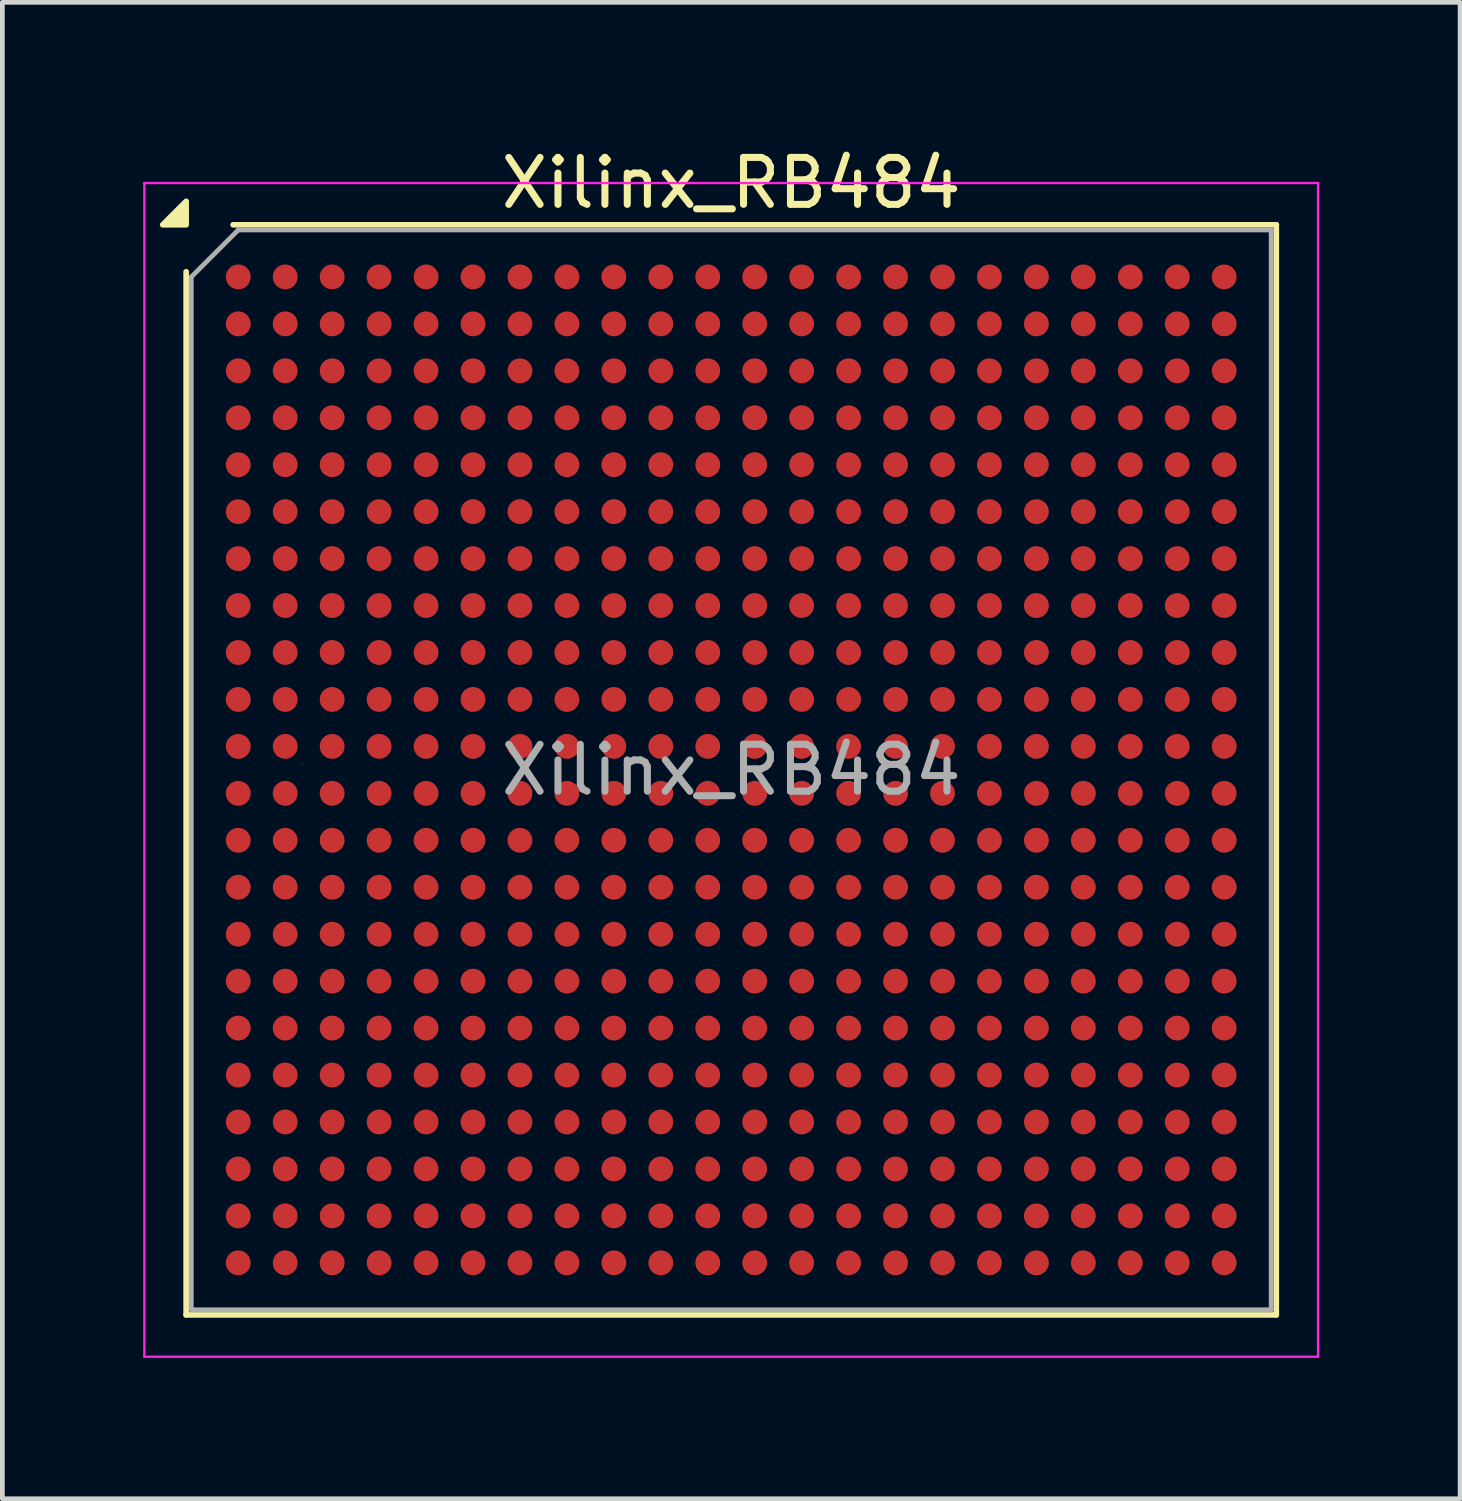
<source format=kicad_pcb>
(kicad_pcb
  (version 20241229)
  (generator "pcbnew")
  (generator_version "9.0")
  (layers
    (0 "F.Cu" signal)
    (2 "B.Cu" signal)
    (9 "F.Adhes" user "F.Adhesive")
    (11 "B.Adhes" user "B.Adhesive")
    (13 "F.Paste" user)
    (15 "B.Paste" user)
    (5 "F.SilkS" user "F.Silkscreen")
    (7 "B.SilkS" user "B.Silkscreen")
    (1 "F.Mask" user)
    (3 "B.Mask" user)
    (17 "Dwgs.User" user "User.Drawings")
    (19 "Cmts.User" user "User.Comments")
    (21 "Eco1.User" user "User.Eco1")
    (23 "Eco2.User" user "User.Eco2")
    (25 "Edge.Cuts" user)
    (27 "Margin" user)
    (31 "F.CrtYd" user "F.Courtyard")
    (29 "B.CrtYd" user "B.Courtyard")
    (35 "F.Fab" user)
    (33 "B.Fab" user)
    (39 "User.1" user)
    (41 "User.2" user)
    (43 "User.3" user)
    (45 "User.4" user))
  (footprint "Xilinx_RB484"
    (layer "F.Cu")
    (at 12.525 13.348)
    (property "Reference" "Xilinx_RB484" (at 0 -12.5 0) (layer "F.SilkS") (effects (font (size 1 1) (thickness 0.15))))
    (attr smd)
    (fp_line (start -11.61 11.61) (end -11.61 -10.61) (stroke (width 0.12) (type solid)) (layer "F.SilkS"))
    (fp_line (start -10.61 -11.61) (end 11.61 -11.61) (stroke (width 0.12) (type solid)) (layer "F.SilkS"))
    (fp_line (start 11.61 -11.61) (end 11.61 11.61) (stroke (width 0.12) (type solid)) (layer "F.SilkS"))
    (fp_line (start 11.61 11.61) (end -11.61 11.61) (stroke (width 0.12) (type solid)) (layer "F.SilkS"))
    (fp_poly (pts (xy -11.61 -11.61) (xy -12.11 -11.61) (xy -11.61 -12.11) (xy -11.61 -11.61)) (stroke (width 0.12) (type solid)) (fill yes) (layer "F.SilkS"))
    (fp_line (start -12.5 -12.5) (end -12.5 12.5) (stroke (width 0.05) (type solid)) (layer "F.CrtYd"))
    (fp_line (start -12.5 12.5) (end 12.5 12.5) (stroke (width 0.05) (type solid)) (layer "F.CrtYd"))
    (fp_line (start 12.5 -12.5) (end -12.5 -12.5) (stroke (width 0.05) (type solid)) (layer "F.CrtYd"))
    (fp_line (start 12.5 12.5) (end 12.5 -12.5) (stroke (width 0.05) (type solid)) (layer "F.CrtYd"))
    (fp_line (start -11.5 -10.5) (end -10.5 -11.5) (stroke (width 0.1) (type solid)) (layer "F.Fab"))
    (fp_line (start -11.5 11.5) (end -11.5 -10.5) (stroke (width 0.1) (type solid)) (layer "F.Fab"))
    (fp_line (start -10.5 -11.5) (end 11.5 -11.5) (stroke (width 0.1) (type solid)) (layer "F.Fab"))
    (fp_line (start 11.5 -11.5) (end 11.5 11.5) (stroke (width 0.1) (type solid)) (layer "F.Fab"))
    (fp_line (start 11.5 11.5) (end -11.5 11.5) (stroke (width 0.1) (type solid)) (layer "F.Fab"))
    (fp_text user "${REFERENCE}" (at 0 0 0) (layer "F.Fab") (effects (font (size 1 1) (thickness 0.15))))
    (pad "A1" smd circle (at -10.5 -10.5) (size 0.53 0.53) (property pad_prop_bga) (layers "F.Cu" "F.Mask" "F.Paste"))
    (pad "A2" smd circle (at -9.5 -10.5) (size 0.53 0.53) (property pad_prop_bga) (layers "F.Cu" "F.Mask" "F.Paste"))
    (pad "A3" smd circle (at -8.5 -10.5) (size 0.53 0.53) (property pad_prop_bga) (layers "F.Cu" "F.Mask" "F.Paste"))
    (pad "A4" smd circle (at -7.5 -10.5) (size 0.53 0.53) (property pad_prop_bga) (layers "F.Cu" "F.Mask" "F.Paste"))
    (pad "A5" smd circle (at -6.5 -10.5) (size 0.53 0.53) (property pad_prop_bga) (layers "F.Cu" "F.Mask" "F.Paste"))
    (pad "A6" smd circle (at -5.5 -10.5) (size 0.53 0.53) (property pad_prop_bga) (layers "F.Cu" "F.Mask" "F.Paste"))
    (pad "A7" smd circle (at -4.5 -10.5) (size 0.53 0.53) (property pad_prop_bga) (layers "F.Cu" "F.Mask" "F.Paste"))
    (pad "A8" smd circle (at -3.5 -10.5) (size 0.53 0.53) (property pad_prop_bga) (layers "F.Cu" "F.Mask" "F.Paste"))
    (pad "A9" smd circle (at -2.5 -10.5) (size 0.53 0.53) (property pad_prop_bga) (layers "F.Cu" "F.Mask" "F.Paste"))
    (pad "A10" smd circle (at -1.5 -10.5) (size 0.53 0.53) (property pad_prop_bga) (layers "F.Cu" "F.Mask" "F.Paste"))
    (pad "A11" smd circle (at -0.5 -10.5) (size 0.53 0.53) (property pad_prop_bga) (layers "F.Cu" "F.Mask" "F.Paste"))
    (pad "A12" smd circle (at 0.5 -10.5) (size 0.53 0.53) (property pad_prop_bga) (layers "F.Cu" "F.Mask" "F.Paste"))
    (pad "A13" smd circle (at 1.5 -10.5) (size 0.53 0.53) (property pad_prop_bga) (layers "F.Cu" "F.Mask" "F.Paste"))
    (pad "A14" smd circle (at 2.5 -10.5) (size 0.53 0.53) (property pad_prop_bga) (layers "F.Cu" "F.Mask" "F.Paste"))
    (pad "A15" smd circle (at 3.5 -10.5) (size 0.53 0.53) (property pad_prop_bga) (layers "F.Cu" "F.Mask" "F.Paste"))
    (pad "A16" smd circle (at 4.5 -10.5) (size 0.53 0.53) (property pad_prop_bga) (layers "F.Cu" "F.Mask" "F.Paste"))
    (pad "A17" smd circle (at 5.5 -10.5) (size 0.53 0.53) (property pad_prop_bga) (layers "F.Cu" "F.Mask" "F.Paste"))
    (pad "A18" smd circle (at 6.5 -10.5) (size 0.53 0.53) (property pad_prop_bga) (layers "F.Cu" "F.Mask" "F.Paste"))
    (pad "A19" smd circle (at 7.5 -10.5) (size 0.53 0.53) (property pad_prop_bga) (layers "F.Cu" "F.Mask" "F.Paste"))
    (pad "A20" smd circle (at 8.5 -10.5) (size 0.53 0.53) (property pad_prop_bga) (layers "F.Cu" "F.Mask" "F.Paste"))
    (pad "A21" smd circle (at 9.5 -10.5) (size 0.53 0.53) (property pad_prop_bga) (layers "F.Cu" "F.Mask" "F.Paste"))
    (pad "A22" smd circle (at 10.5 -10.5) (size 0.53 0.53) (property pad_prop_bga) (layers "F.Cu" "F.Mask" "F.Paste"))
    (pad "AA1" smd circle (at -10.5 9.5) (size 0.53 0.53) (property pad_prop_bga) (layers "F.Cu" "F.Mask" "F.Paste"))
    (pad "AA2" smd circle (at -9.5 9.5) (size 0.53 0.53) (property pad_prop_bga) (layers "F.Cu" "F.Mask" "F.Paste"))
    (pad "AA3" smd circle (at -8.5 9.5) (size 0.53 0.53) (property pad_prop_bga) (layers "F.Cu" "F.Mask" "F.Paste"))
    (pad "AA4" smd circle (at -7.5 9.5) (size 0.53 0.53) (property pad_prop_bga) (layers "F.Cu" "F.Mask" "F.Paste"))
    (pad "AA5" smd circle (at -6.5 9.5) (size 0.53 0.53) (property pad_prop_bga) (layers "F.Cu" "F.Mask" "F.Paste"))
    (pad "AA6" smd circle (at -5.5 9.5) (size 0.53 0.53) (property pad_prop_bga) (layers "F.Cu" "F.Mask" "F.Paste"))
    (pad "AA7" smd circle (at -4.5 9.5) (size 0.53 0.53) (property pad_prop_bga) (layers "F.Cu" "F.Mask" "F.Paste"))
    (pad "AA8" smd circle (at -3.5 9.5) (size 0.53 0.53) (property pad_prop_bga) (layers "F.Cu" "F.Mask" "F.Paste"))
    (pad "AA9" smd circle (at -2.5 9.5) (size 0.53 0.53) (property pad_prop_bga) (layers "F.Cu" "F.Mask" "F.Paste"))
    (pad "AA10" smd circle (at -1.5 9.5) (size 0.53 0.53) (property pad_prop_bga) (layers "F.Cu" "F.Mask" "F.Paste"))
    (pad "AA11" smd circle (at -0.5 9.5) (size 0.53 0.53) (property pad_prop_bga) (layers "F.Cu" "F.Mask" "F.Paste"))
    (pad "AA12" smd circle (at 0.5 9.5) (size 0.53 0.53) (property pad_prop_bga) (layers "F.Cu" "F.Mask" "F.Paste"))
    (pad "AA13" smd circle (at 1.5 9.5) (size 0.53 0.53) (property pad_prop_bga) (layers "F.Cu" "F.Mask" "F.Paste"))
    (pad "AA14" smd circle (at 2.5 9.5) (size 0.53 0.53) (property pad_prop_bga) (layers "F.Cu" "F.Mask" "F.Paste"))
    (pad "AA15" smd circle (at 3.5 9.5) (size 0.53 0.53) (property pad_prop_bga) (layers "F.Cu" "F.Mask" "F.Paste"))
    (pad "AA16" smd circle (at 4.5 9.5) (size 0.53 0.53) (property pad_prop_bga) (layers "F.Cu" "F.Mask" "F.Paste"))
    (pad "AA17" smd circle (at 5.5 9.5) (size 0.53 0.53) (property pad_prop_bga) (layers "F.Cu" "F.Mask" "F.Paste"))
    (pad "AA18" smd circle (at 6.5 9.5) (size 0.53 0.53) (property pad_prop_bga) (layers "F.Cu" "F.Mask" "F.Paste"))
    (pad "AA19" smd circle (at 7.5 9.5) (size 0.53 0.53) (property pad_prop_bga) (layers "F.Cu" "F.Mask" "F.Paste"))
    (pad "AA20" smd circle (at 8.5 9.5) (size 0.53 0.53) (property pad_prop_bga) (layers "F.Cu" "F.Mask" "F.Paste"))
    (pad "AA21" smd circle (at 9.5 9.5) (size 0.53 0.53) (property pad_prop_bga) (layers "F.Cu" "F.Mask" "F.Paste"))
    (pad "AA22" smd circle (at 10.5 9.5) (size 0.53 0.53) (property pad_prop_bga) (layers "F.Cu" "F.Mask" "F.Paste"))
    (pad "AB1" smd circle (at -10.5 10.5) (size 0.53 0.53) (property pad_prop_bga) (layers "F.Cu" "F.Mask" "F.Paste"))
    (pad "AB2" smd circle (at -9.5 10.5) (size 0.53 0.53) (property pad_prop_bga) (layers "F.Cu" "F.Mask" "F.Paste"))
    (pad "AB3" smd circle (at -8.5 10.5) (size 0.53 0.53) (property pad_prop_bga) (layers "F.Cu" "F.Mask" "F.Paste"))
    (pad "AB4" smd circle (at -7.5 10.5) (size 0.53 0.53) (property pad_prop_bga) (layers "F.Cu" "F.Mask" "F.Paste"))
    (pad "AB5" smd circle (at -6.5 10.5) (size 0.53 0.53) (property pad_prop_bga) (layers "F.Cu" "F.Mask" "F.Paste"))
    (pad "AB6" smd circle (at -5.5 10.5) (size 0.53 0.53) (property pad_prop_bga) (layers "F.Cu" "F.Mask" "F.Paste"))
    (pad "AB7" smd circle (at -4.5 10.5) (size 0.53 0.53) (property pad_prop_bga) (layers "F.Cu" "F.Mask" "F.Paste"))
    (pad "AB8" smd circle (at -3.5 10.5) (size 0.53 0.53) (property pad_prop_bga) (layers "F.Cu" "F.Mask" "F.Paste"))
    (pad "AB9" smd circle (at -2.5 10.5) (size 0.53 0.53) (property pad_prop_bga) (layers "F.Cu" "F.Mask" "F.Paste"))
    (pad "AB10" smd circle (at -1.5 10.5) (size 0.53 0.53) (property pad_prop_bga) (layers "F.Cu" "F.Mask" "F.Paste"))
    (pad "AB11" smd circle (at -0.5 10.5) (size 0.53 0.53) (property pad_prop_bga) (layers "F.Cu" "F.Mask" "F.Paste"))
    (pad "AB12" smd circle (at 0.5 10.5) (size 0.53 0.53) (property pad_prop_bga) (layers "F.Cu" "F.Mask" "F.Paste"))
    (pad "AB13" smd circle (at 1.5 10.5) (size 0.53 0.53) (property pad_prop_bga) (layers "F.Cu" "F.Mask" "F.Paste"))
    (pad "AB14" smd circle (at 2.5 10.5) (size 0.53 0.53) (property pad_prop_bga) (layers "F.Cu" "F.Mask" "F.Paste"))
    (pad "AB15" smd circle (at 3.5 10.5) (size 0.53 0.53) (property pad_prop_bga) (layers "F.Cu" "F.Mask" "F.Paste"))
    (pad "AB16" smd circle (at 4.5 10.5) (size 0.53 0.53) (property pad_prop_bga) (layers "F.Cu" "F.Mask" "F.Paste"))
    (pad "AB17" smd circle (at 5.5 10.5) (size 0.53 0.53) (property pad_prop_bga) (layers "F.Cu" "F.Mask" "F.Paste"))
    (pad "AB18" smd circle (at 6.5 10.5) (size 0.53 0.53) (property pad_prop_bga) (layers "F.Cu" "F.Mask" "F.Paste"))
    (pad "AB19" smd circle (at 7.5 10.5) (size 0.53 0.53) (property pad_prop_bga) (layers "F.Cu" "F.Mask" "F.Paste"))
    (pad "AB20" smd circle (at 8.5 10.5) (size 0.53 0.53) (property pad_prop_bga) (layers "F.Cu" "F.Mask" "F.Paste"))
    (pad "AB21" smd circle (at 9.5 10.5) (size 0.53 0.53) (property pad_prop_bga) (layers "F.Cu" "F.Mask" "F.Paste"))
    (pad "AB22" smd circle (at 10.5 10.5) (size 0.53 0.53) (property pad_prop_bga) (layers "F.Cu" "F.Mask" "F.Paste"))
    (pad "B1" smd circle (at -10.5 -9.5) (size 0.53 0.53) (property pad_prop_bga) (layers "F.Cu" "F.Mask" "F.Paste"))
    (pad "B2" smd circle (at -9.5 -9.5) (size 0.53 0.53) (property pad_prop_bga) (layers "F.Cu" "F.Mask" "F.Paste"))
    (pad "B3" smd circle (at -8.5 -9.5) (size 0.53 0.53) (property pad_prop_bga) (layers "F.Cu" "F.Mask" "F.Paste"))
    (pad "B4" smd circle (at -7.5 -9.5) (size 0.53 0.53) (property pad_prop_bga) (layers "F.Cu" "F.Mask" "F.Paste"))
    (pad "B5" smd circle (at -6.5 -9.5) (size 0.53 0.53) (property pad_prop_bga) (layers "F.Cu" "F.Mask" "F.Paste"))
    (pad "B6" smd circle (at -5.5 -9.5) (size 0.53 0.53) (property pad_prop_bga) (layers "F.Cu" "F.Mask" "F.Paste"))
    (pad "B7" smd circle (at -4.5 -9.5) (size 0.53 0.53) (property pad_prop_bga) (layers "F.Cu" "F.Mask" "F.Paste"))
    (pad "B8" smd circle (at -3.5 -9.5) (size 0.53 0.53) (property pad_prop_bga) (layers "F.Cu" "F.Mask" "F.Paste"))
    (pad "B9" smd circle (at -2.5 -9.5) (size 0.53 0.53) (property pad_prop_bga) (layers "F.Cu" "F.Mask" "F.Paste"))
    (pad "B10" smd circle (at -1.5 -9.5) (size 0.53 0.53) (property pad_prop_bga) (layers "F.Cu" "F.Mask" "F.Paste"))
    (pad "B11" smd circle (at -0.5 -9.5) (size 0.53 0.53) (property pad_prop_bga) (layers "F.Cu" "F.Mask" "F.Paste"))
    (pad "B12" smd circle (at 0.5 -9.5) (size 0.53 0.53) (property pad_prop_bga) (layers "F.Cu" "F.Mask" "F.Paste"))
    (pad "B13" smd circle (at 1.5 -9.5) (size 0.53 0.53) (property pad_prop_bga) (layers "F.Cu" "F.Mask" "F.Paste"))
    (pad "B14" smd circle (at 2.5 -9.5) (size 0.53 0.53) (property pad_prop_bga) (layers "F.Cu" "F.Mask" "F.Paste"))
    (pad "B15" smd circle (at 3.5 -9.5) (size 0.53 0.53) (property pad_prop_bga) (layers "F.Cu" "F.Mask" "F.Paste"))
    (pad "B16" smd circle (at 4.5 -9.5) (size 0.53 0.53) (property pad_prop_bga) (layers "F.Cu" "F.Mask" "F.Paste"))
    (pad "B17" smd circle (at 5.5 -9.5) (size 0.53 0.53) (property pad_prop_bga) (layers "F.Cu" "F.Mask" "F.Paste"))
    (pad "B18" smd circle (at 6.5 -9.5) (size 0.53 0.53) (property pad_prop_bga) (layers "F.Cu" "F.Mask" "F.Paste"))
    (pad "B19" smd circle (at 7.5 -9.5) (size 0.53 0.53) (property pad_prop_bga) (layers "F.Cu" "F.Mask" "F.Paste"))
    (pad "B20" smd circle (at 8.5 -9.5) (size 0.53 0.53) (property pad_prop_bga) (layers "F.Cu" "F.Mask" "F.Paste"))
    (pad "B21" smd circle (at 9.5 -9.5) (size 0.53 0.53) (property pad_prop_bga) (layers "F.Cu" "F.Mask" "F.Paste"))
    (pad "B22" smd circle (at 10.5 -9.5) (size 0.53 0.53) (property pad_prop_bga) (layers "F.Cu" "F.Mask" "F.Paste"))
    (pad "C1" smd circle (at -10.5 -8.5) (size 0.53 0.53) (property pad_prop_bga) (layers "F.Cu" "F.Mask" "F.Paste"))
    (pad "C2" smd circle (at -9.5 -8.5) (size 0.53 0.53) (property pad_prop_bga) (layers "F.Cu" "F.Mask" "F.Paste"))
    (pad "C3" smd circle (at -8.5 -8.5) (size 0.53 0.53) (property pad_prop_bga) (layers "F.Cu" "F.Mask" "F.Paste"))
    (pad "C4" smd circle (at -7.5 -8.5) (size 0.53 0.53) (property pad_prop_bga) (layers "F.Cu" "F.Mask" "F.Paste"))
    (pad "C5" smd circle (at -6.5 -8.5) (size 0.53 0.53) (property pad_prop_bga) (layers "F.Cu" "F.Mask" "F.Paste"))
    (pad "C6" smd circle (at -5.5 -8.5) (size 0.53 0.53) (property pad_prop_bga) (layers "F.Cu" "F.Mask" "F.Paste"))
    (pad "C7" smd circle (at -4.5 -8.5) (size 0.53 0.53) (property pad_prop_bga) (layers "F.Cu" "F.Mask" "F.Paste"))
    (pad "C8" smd circle (at -3.5 -8.5) (size 0.53 0.53) (property pad_prop_bga) (layers "F.Cu" "F.Mask" "F.Paste"))
    (pad "C9" smd circle (at -2.5 -8.5) (size 0.53 0.53) (property pad_prop_bga) (layers "F.Cu" "F.Mask" "F.Paste"))
    (pad "C10" smd circle (at -1.5 -8.5) (size 0.53 0.53) (property pad_prop_bga) (layers "F.Cu" "F.Mask" "F.Paste"))
    (pad "C11" smd circle (at -0.5 -8.5) (size 0.53 0.53) (property pad_prop_bga) (layers "F.Cu" "F.Mask" "F.Paste"))
    (pad "C12" smd circle (at 0.5 -8.5) (size 0.53 0.53) (property pad_prop_bga) (layers "F.Cu" "F.Mask" "F.Paste"))
    (pad "C13" smd circle (at 1.5 -8.5) (size 0.53 0.53) (property pad_prop_bga) (layers "F.Cu" "F.Mask" "F.Paste"))
    (pad "C14" smd circle (at 2.5 -8.5) (size 0.53 0.53) (property pad_prop_bga) (layers "F.Cu" "F.Mask" "F.Paste"))
    (pad "C15" smd circle (at 3.5 -8.5) (size 0.53 0.53) (property pad_prop_bga) (layers "F.Cu" "F.Mask" "F.Paste"))
    (pad "C16" smd circle (at 4.5 -8.5) (size 0.53 0.53) (property pad_prop_bga) (layers "F.Cu" "F.Mask" "F.Paste"))
    (pad "C17" smd circle (at 5.5 -8.5) (size 0.53 0.53) (property pad_prop_bga) (layers "F.Cu" "F.Mask" "F.Paste"))
    (pad "C18" smd circle (at 6.5 -8.5) (size 0.53 0.53) (property pad_prop_bga) (layers "F.Cu" "F.Mask" "F.Paste"))
    (pad "C19" smd circle (at 7.5 -8.5) (size 0.53 0.53) (property pad_prop_bga) (layers "F.Cu" "F.Mask" "F.Paste"))
    (pad "C20" smd circle (at 8.5 -8.5) (size 0.53 0.53) (property pad_prop_bga) (layers "F.Cu" "F.Mask" "F.Paste"))
    (pad "C21" smd circle (at 9.5 -8.5) (size 0.53 0.53) (property pad_prop_bga) (layers "F.Cu" "F.Mask" "F.Paste"))
    (pad "C22" smd circle (at 10.5 -8.5) (size 0.53 0.53) (property pad_prop_bga) (layers "F.Cu" "F.Mask" "F.Paste"))
    (pad "D1" smd circle (at -10.5 -7.5) (size 0.53 0.53) (property pad_prop_bga) (layers "F.Cu" "F.Mask" "F.Paste"))
    (pad "D2" smd circle (at -9.5 -7.5) (size 0.53 0.53) (property pad_prop_bga) (layers "F.Cu" "F.Mask" "F.Paste"))
    (pad "D3" smd circle (at -8.5 -7.5) (size 0.53 0.53) (property pad_prop_bga) (layers "F.Cu" "F.Mask" "F.Paste"))
    (pad "D4" smd circle (at -7.5 -7.5) (size 0.53 0.53) (property pad_prop_bga) (layers "F.Cu" "F.Mask" "F.Paste"))
    (pad "D5" smd circle (at -6.5 -7.5) (size 0.53 0.53) (property pad_prop_bga) (layers "F.Cu" "F.Mask" "F.Paste"))
    (pad "D6" smd circle (at -5.5 -7.5) (size 0.53 0.53) (property pad_prop_bga) (layers "F.Cu" "F.Mask" "F.Paste"))
    (pad "D7" smd circle (at -4.5 -7.5) (size 0.53 0.53) (property pad_prop_bga) (layers "F.Cu" "F.Mask" "F.Paste"))
    (pad "D8" smd circle (at -3.5 -7.5) (size 0.53 0.53) (property pad_prop_bga) (layers "F.Cu" "F.Mask" "F.Paste"))
    (pad "D9" smd circle (at -2.5 -7.5) (size 0.53 0.53) (property pad_prop_bga) (layers "F.Cu" "F.Mask" "F.Paste"))
    (pad "D10" smd circle (at -1.5 -7.5) (size 0.53 0.53) (property pad_prop_bga) (layers "F.Cu" "F.Mask" "F.Paste"))
    (pad "D11" smd circle (at -0.5 -7.5) (size 0.53 0.53) (property pad_prop_bga) (layers "F.Cu" "F.Mask" "F.Paste"))
    (pad "D12" smd circle (at 0.5 -7.5) (size 0.53 0.53) (property pad_prop_bga) (layers "F.Cu" "F.Mask" "F.Paste"))
    (pad "D13" smd circle (at 1.5 -7.5) (size 0.53 0.53) (property pad_prop_bga) (layers "F.Cu" "F.Mask" "F.Paste"))
    (pad "D14" smd circle (at 2.5 -7.5) (size 0.53 0.53) (property pad_prop_bga) (layers "F.Cu" "F.Mask" "F.Paste"))
    (pad "D15" smd circle (at 3.5 -7.5) (size 0.53 0.53) (property pad_prop_bga) (layers "F.Cu" "F.Mask" "F.Paste"))
    (pad "D16" smd circle (at 4.5 -7.5) (size 0.53 0.53) (property pad_prop_bga) (layers "F.Cu" "F.Mask" "F.Paste"))
    (pad "D17" smd circle (at 5.5 -7.5) (size 0.53 0.53) (property pad_prop_bga) (layers "F.Cu" "F.Mask" "F.Paste"))
    (pad "D18" smd circle (at 6.5 -7.5) (size 0.53 0.53) (property pad_prop_bga) (layers "F.Cu" "F.Mask" "F.Paste"))
    (pad "D19" smd circle (at 7.5 -7.5) (size 0.53 0.53) (property pad_prop_bga) (layers "F.Cu" "F.Mask" "F.Paste"))
    (pad "D20" smd circle (at 8.5 -7.5) (size 0.53 0.53) (property pad_prop_bga) (layers "F.Cu" "F.Mask" "F.Paste"))
    (pad "D21" smd circle (at 9.5 -7.5) (size 0.53 0.53) (property pad_prop_bga) (layers "F.Cu" "F.Mask" "F.Paste"))
    (pad "D22" smd circle (at 10.5 -7.5) (size 0.53 0.53) (property pad_prop_bga) (layers "F.Cu" "F.Mask" "F.Paste"))
    (pad "E1" smd circle (at -10.5 -6.5) (size 0.53 0.53) (property pad_prop_bga) (layers "F.Cu" "F.Mask" "F.Paste"))
    (pad "E2" smd circle (at -9.5 -6.5) (size 0.53 0.53) (property pad_prop_bga) (layers "F.Cu" "F.Mask" "F.Paste"))
    (pad "E3" smd circle (at -8.5 -6.5) (size 0.53 0.53) (property pad_prop_bga) (layers "F.Cu" "F.Mask" "F.Paste"))
    (pad "E4" smd circle (at -7.5 -6.5) (size 0.53 0.53) (property pad_prop_bga) (layers "F.Cu" "F.Mask" "F.Paste"))
    (pad "E5" smd circle (at -6.5 -6.5) (size 0.53 0.53) (property pad_prop_bga) (layers "F.Cu" "F.Mask" "F.Paste"))
    (pad "E6" smd circle (at -5.5 -6.5) (size 0.53 0.53) (property pad_prop_bga) (layers "F.Cu" "F.Mask" "F.Paste"))
    (pad "E7" smd circle (at -4.5 -6.5) (size 0.53 0.53) (property pad_prop_bga) (layers "F.Cu" "F.Mask" "F.Paste"))
    (pad "E8" smd circle (at -3.5 -6.5) (size 0.53 0.53) (property pad_prop_bga) (layers "F.Cu" "F.Mask" "F.Paste"))
    (pad "E9" smd circle (at -2.5 -6.5) (size 0.53 0.53) (property pad_prop_bga) (layers "F.Cu" "F.Mask" "F.Paste"))
    (pad "E10" smd circle (at -1.5 -6.5) (size 0.53 0.53) (property pad_prop_bga) (layers "F.Cu" "F.Mask" "F.Paste"))
    (pad "E11" smd circle (at -0.5 -6.5) (size 0.53 0.53) (property pad_prop_bga) (layers "F.Cu" "F.Mask" "F.Paste"))
    (pad "E12" smd circle (at 0.5 -6.5) (size 0.53 0.53) (property pad_prop_bga) (layers "F.Cu" "F.Mask" "F.Paste"))
    (pad "E13" smd circle (at 1.5 -6.5) (size 0.53 0.53) (property pad_prop_bga) (layers "F.Cu" "F.Mask" "F.Paste"))
    (pad "E14" smd circle (at 2.5 -6.5) (size 0.53 0.53) (property pad_prop_bga) (layers "F.Cu" "F.Mask" "F.Paste"))
    (pad "E15" smd circle (at 3.5 -6.5) (size 0.53 0.53) (property pad_prop_bga) (layers "F.Cu" "F.Mask" "F.Paste"))
    (pad "E16" smd circle (at 4.5 -6.5) (size 0.53 0.53) (property pad_prop_bga) (layers "F.Cu" "F.Mask" "F.Paste"))
    (pad "E17" smd circle (at 5.5 -6.5) (size 0.53 0.53) (property pad_prop_bga) (layers "F.Cu" "F.Mask" "F.Paste"))
    (pad "E18" smd circle (at 6.5 -6.5) (size 0.53 0.53) (property pad_prop_bga) (layers "F.Cu" "F.Mask" "F.Paste"))
    (pad "E19" smd circle (at 7.5 -6.5) (size 0.53 0.53) (property pad_prop_bga) (layers "F.Cu" "F.Mask" "F.Paste"))
    (pad "E20" smd circle (at 8.5 -6.5) (size 0.53 0.53) (property pad_prop_bga) (layers "F.Cu" "F.Mask" "F.Paste"))
    (pad "E21" smd circle (at 9.5 -6.5) (size 0.53 0.53) (property pad_prop_bga) (layers "F.Cu" "F.Mask" "F.Paste"))
    (pad "E22" smd circle (at 10.5 -6.5) (size 0.53 0.53) (property pad_prop_bga) (layers "F.Cu" "F.Mask" "F.Paste"))
    (pad "F1" smd circle (at -10.5 -5.5) (size 0.53 0.53) (property pad_prop_bga) (layers "F.Cu" "F.Mask" "F.Paste"))
    (pad "F2" smd circle (at -9.5 -5.5) (size 0.53 0.53) (property pad_prop_bga) (layers "F.Cu" "F.Mask" "F.Paste"))
    (pad "F3" smd circle (at -8.5 -5.5) (size 0.53 0.53) (property pad_prop_bga) (layers "F.Cu" "F.Mask" "F.Paste"))
    (pad "F4" smd circle (at -7.5 -5.5) (size 0.53 0.53) (property pad_prop_bga) (layers "F.Cu" "F.Mask" "F.Paste"))
    (pad "F5" smd circle (at -6.5 -5.5) (size 0.53 0.53) (property pad_prop_bga) (layers "F.Cu" "F.Mask" "F.Paste"))
    (pad "F6" smd circle (at -5.5 -5.5) (size 0.53 0.53) (property pad_prop_bga) (layers "F.Cu" "F.Mask" "F.Paste"))
    (pad "F7" smd circle (at -4.5 -5.5) (size 0.53 0.53) (property pad_prop_bga) (layers "F.Cu" "F.Mask" "F.Paste"))
    (pad "F8" smd circle (at -3.5 -5.5) (size 0.53 0.53) (property pad_prop_bga) (layers "F.Cu" "F.Mask" "F.Paste"))
    (pad "F9" smd circle (at -2.5 -5.5) (size 0.53 0.53) (property pad_prop_bga) (layers "F.Cu" "F.Mask" "F.Paste"))
    (pad "F10" smd circle (at -1.5 -5.5) (size 0.53 0.53) (property pad_prop_bga) (layers "F.Cu" "F.Mask" "F.Paste"))
    (pad "F11" smd circle (at -0.5 -5.5) (size 0.53 0.53) (property pad_prop_bga) (layers "F.Cu" "F.Mask" "F.Paste"))
    (pad "F12" smd circle (at 0.5 -5.5) (size 0.53 0.53) (property pad_prop_bga) (layers "F.Cu" "F.Mask" "F.Paste"))
    (pad "F13" smd circle (at 1.5 -5.5) (size 0.53 0.53) (property pad_prop_bga) (layers "F.Cu" "F.Mask" "F.Paste"))
    (pad "F14" smd circle (at 2.5 -5.5) (size 0.53 0.53) (property pad_prop_bga) (layers "F.Cu" "F.Mask" "F.Paste"))
    (pad "F15" smd circle (at 3.5 -5.5) (size 0.53 0.53) (property pad_prop_bga) (layers "F.Cu" "F.Mask" "F.Paste"))
    (pad "F16" smd circle (at 4.5 -5.5) (size 0.53 0.53) (property pad_prop_bga) (layers "F.Cu" "F.Mask" "F.Paste"))
    (pad "F17" smd circle (at 5.5 -5.5) (size 0.53 0.53) (property pad_prop_bga) (layers "F.Cu" "F.Mask" "F.Paste"))
    (pad "F18" smd circle (at 6.5 -5.5) (size 0.53 0.53) (property pad_prop_bga) (layers "F.Cu" "F.Mask" "F.Paste"))
    (pad "F19" smd circle (at 7.5 -5.5) (size 0.53 0.53) (property pad_prop_bga) (layers "F.Cu" "F.Mask" "F.Paste"))
    (pad "F20" smd circle (at 8.5 -5.5) (size 0.53 0.53) (property pad_prop_bga) (layers "F.Cu" "F.Mask" "F.Paste"))
    (pad "F21" smd circle (at 9.5 -5.5) (size 0.53 0.53) (property pad_prop_bga) (layers "F.Cu" "F.Mask" "F.Paste"))
    (pad "F22" smd circle (at 10.5 -5.5) (size 0.53 0.53) (property pad_prop_bga) (layers "F.Cu" "F.Mask" "F.Paste"))
    (pad "G1" smd circle (at -10.5 -4.5) (size 0.53 0.53) (property pad_prop_bga) (layers "F.Cu" "F.Mask" "F.Paste"))
    (pad "G2" smd circle (at -9.5 -4.5) (size 0.53 0.53) (property pad_prop_bga) (layers "F.Cu" "F.Mask" "F.Paste"))
    (pad "G3" smd circle (at -8.5 -4.5) (size 0.53 0.53) (property pad_prop_bga) (layers "F.Cu" "F.Mask" "F.Paste"))
    (pad "G4" smd circle (at -7.5 -4.5) (size 0.53 0.53) (property pad_prop_bga) (layers "F.Cu" "F.Mask" "F.Paste"))
    (pad "G5" smd circle (at -6.5 -4.5) (size 0.53 0.53) (property pad_prop_bga) (layers "F.Cu" "F.Mask" "F.Paste"))
    (pad "G6" smd circle (at -5.5 -4.5) (size 0.53 0.53) (property pad_prop_bga) (layers "F.Cu" "F.Mask" "F.Paste"))
    (pad "G7" smd circle (at -4.5 -4.5) (size 0.53 0.53) (property pad_prop_bga) (layers "F.Cu" "F.Mask" "F.Paste"))
    (pad "G8" smd circle (at -3.5 -4.5) (size 0.53 0.53) (property pad_prop_bga) (layers "F.Cu" "F.Mask" "F.Paste"))
    (pad "G9" smd circle (at -2.5 -4.5) (size 0.53 0.53) (property pad_prop_bga) (layers "F.Cu" "F.Mask" "F.Paste"))
    (pad "G10" smd circle (at -1.5 -4.5) (size 0.53 0.53) (property pad_prop_bga) (layers "F.Cu" "F.Mask" "F.Paste"))
    (pad "G11" smd circle (at -0.5 -4.5) (size 0.53 0.53) (property pad_prop_bga) (layers "F.Cu" "F.Mask" "F.Paste"))
    (pad "G12" smd circle (at 0.5 -4.5) (size 0.53 0.53) (property pad_prop_bga) (layers "F.Cu" "F.Mask" "F.Paste"))
    (pad "G13" smd circle (at 1.5 -4.5) (size 0.53 0.53) (property pad_prop_bga) (layers "F.Cu" "F.Mask" "F.Paste"))
    (pad "G14" smd circle (at 2.5 -4.5) (size 0.53 0.53) (property pad_prop_bga) (layers "F.Cu" "F.Mask" "F.Paste"))
    (pad "G15" smd circle (at 3.5 -4.5) (size 0.53 0.53) (property pad_prop_bga) (layers "F.Cu" "F.Mask" "F.Paste"))
    (pad "G16" smd circle (at 4.5 -4.5) (size 0.53 0.53) (property pad_prop_bga) (layers "F.Cu" "F.Mask" "F.Paste"))
    (pad "G17" smd circle (at 5.5 -4.5) (size 0.53 0.53) (property pad_prop_bga) (layers "F.Cu" "F.Mask" "F.Paste"))
    (pad "G18" smd circle (at 6.5 -4.5) (size 0.53 0.53) (property pad_prop_bga) (layers "F.Cu" "F.Mask" "F.Paste"))
    (pad "G19" smd circle (at 7.5 -4.5) (size 0.53 0.53) (property pad_prop_bga) (layers "F.Cu" "F.Mask" "F.Paste"))
    (pad "G20" smd circle (at 8.5 -4.5) (size 0.53 0.53) (property pad_prop_bga) (layers "F.Cu" "F.Mask" "F.Paste"))
    (pad "G21" smd circle (at 9.5 -4.5) (size 0.53 0.53) (property pad_prop_bga) (layers "F.Cu" "F.Mask" "F.Paste"))
    (pad "G22" smd circle (at 10.5 -4.5) (size 0.53 0.53) (property pad_prop_bga) (layers "F.Cu" "F.Mask" "F.Paste"))
    (pad "H1" smd circle (at -10.5 -3.5) (size 0.53 0.53) (property pad_prop_bga) (layers "F.Cu" "F.Mask" "F.Paste"))
    (pad "H2" smd circle (at -9.5 -3.5) (size 0.53 0.53) (property pad_prop_bga) (layers "F.Cu" "F.Mask" "F.Paste"))
    (pad "H3" smd circle (at -8.5 -3.5) (size 0.53 0.53) (property pad_prop_bga) (layers "F.Cu" "F.Mask" "F.Paste"))
    (pad "H4" smd circle (at -7.5 -3.5) (size 0.53 0.53) (property pad_prop_bga) (layers "F.Cu" "F.Mask" "F.Paste"))
    (pad "H5" smd circle (at -6.5 -3.5) (size 0.53 0.53) (property pad_prop_bga) (layers "F.Cu" "F.Mask" "F.Paste"))
    (pad "H6" smd circle (at -5.5 -3.5) (size 0.53 0.53) (property pad_prop_bga) (layers "F.Cu" "F.Mask" "F.Paste"))
    (pad "H7" smd circle (at -4.5 -3.5) (size 0.53 0.53) (property pad_prop_bga) (layers "F.Cu" "F.Mask" "F.Paste"))
    (pad "H8" smd circle (at -3.5 -3.5) (size 0.53 0.53) (property pad_prop_bga) (layers "F.Cu" "F.Mask" "F.Paste"))
    (pad "H9" smd circle (at -2.5 -3.5) (size 0.53 0.53) (property pad_prop_bga) (layers "F.Cu" "F.Mask" "F.Paste"))
    (pad "H10" smd circle (at -1.5 -3.5) (size 0.53 0.53) (property pad_prop_bga) (layers "F.Cu" "F.Mask" "F.Paste"))
    (pad "H11" smd circle (at -0.5 -3.5) (size 0.53 0.53) (property pad_prop_bga) (layers "F.Cu" "F.Mask" "F.Paste"))
    (pad "H12" smd circle (at 0.5 -3.5) (size 0.53 0.53) (property pad_prop_bga) (layers "F.Cu" "F.Mask" "F.Paste"))
    (pad "H13" smd circle (at 1.5 -3.5) (size 0.53 0.53) (property pad_prop_bga) (layers "F.Cu" "F.Mask" "F.Paste"))
    (pad "H14" smd circle (at 2.5 -3.5) (size 0.53 0.53) (property pad_prop_bga) (layers "F.Cu" "F.Mask" "F.Paste"))
    (pad "H15" smd circle (at 3.5 -3.5) (size 0.53 0.53) (property pad_prop_bga) (layers "F.Cu" "F.Mask" "F.Paste"))
    (pad "H16" smd circle (at 4.5 -3.5) (size 0.53 0.53) (property pad_prop_bga) (layers "F.Cu" "F.Mask" "F.Paste"))
    (pad "H17" smd circle (at 5.5 -3.5) (size 0.53 0.53) (property pad_prop_bga) (layers "F.Cu" "F.Mask" "F.Paste"))
    (pad "H18" smd circle (at 6.5 -3.5) (size 0.53 0.53) (property pad_prop_bga) (layers "F.Cu" "F.Mask" "F.Paste"))
    (pad "H19" smd circle (at 7.5 -3.5) (size 0.53 0.53) (property pad_prop_bga) (layers "F.Cu" "F.Mask" "F.Paste"))
    (pad "H20" smd circle (at 8.5 -3.5) (size 0.53 0.53) (property pad_prop_bga) (layers "F.Cu" "F.Mask" "F.Paste"))
    (pad "H21" smd circle (at 9.5 -3.5) (size 0.53 0.53) (property pad_prop_bga) (layers "F.Cu" "F.Mask" "F.Paste"))
    (pad "H22" smd circle (at 10.5 -3.5) (size 0.53 0.53) (property pad_prop_bga) (layers "F.Cu" "F.Mask" "F.Paste"))
    (pad "J1" smd circle (at -10.5 -2.5) (size 0.53 0.53) (property pad_prop_bga) (layers "F.Cu" "F.Mask" "F.Paste"))
    (pad "J2" smd circle (at -9.5 -2.5) (size 0.53 0.53) (property pad_prop_bga) (layers "F.Cu" "F.Mask" "F.Paste"))
    (pad "J3" smd circle (at -8.5 -2.5) (size 0.53 0.53) (property pad_prop_bga) (layers "F.Cu" "F.Mask" "F.Paste"))
    (pad "J4" smd circle (at -7.5 -2.5) (size 0.53 0.53) (property pad_prop_bga) (layers "F.Cu" "F.Mask" "F.Paste"))
    (pad "J5" smd circle (at -6.5 -2.5) (size 0.53 0.53) (property pad_prop_bga) (layers "F.Cu" "F.Mask" "F.Paste"))
    (pad "J6" smd circle (at -5.5 -2.5) (size 0.53 0.53) (property pad_prop_bga) (layers "F.Cu" "F.Mask" "F.Paste"))
    (pad "J7" smd circle (at -4.5 -2.5) (size 0.53 0.53) (property pad_prop_bga) (layers "F.Cu" "F.Mask" "F.Paste"))
    (pad "J8" smd circle (at -3.5 -2.5) (size 0.53 0.53) (property pad_prop_bga) (layers "F.Cu" "F.Mask" "F.Paste"))
    (pad "J9" smd circle (at -2.5 -2.5) (size 0.53 0.53) (property pad_prop_bga) (layers "F.Cu" "F.Mask" "F.Paste"))
    (pad "J10" smd circle (at -1.5 -2.5) (size 0.53 0.53) (property pad_prop_bga) (layers "F.Cu" "F.Mask" "F.Paste"))
    (pad "J11" smd circle (at -0.5 -2.5) (size 0.53 0.53) (property pad_prop_bga) (layers "F.Cu" "F.Mask" "F.Paste"))
    (pad "J12" smd circle (at 0.5 -2.5) (size 0.53 0.53) (property pad_prop_bga) (layers "F.Cu" "F.Mask" "F.Paste"))
    (pad "J13" smd circle (at 1.5 -2.5) (size 0.53 0.53) (property pad_prop_bga) (layers "F.Cu" "F.Mask" "F.Paste"))
    (pad "J14" smd circle (at 2.5 -2.5) (size 0.53 0.53) (property pad_prop_bga) (layers "F.Cu" "F.Mask" "F.Paste"))
    (pad "J15" smd circle (at 3.5 -2.5) (size 0.53 0.53) (property pad_prop_bga) (layers "F.Cu" "F.Mask" "F.Paste"))
    (pad "J16" smd circle (at 4.5 -2.5) (size 0.53 0.53) (property pad_prop_bga) (layers "F.Cu" "F.Mask" "F.Paste"))
    (pad "J17" smd circle (at 5.5 -2.5) (size 0.53 0.53) (property pad_prop_bga) (layers "F.Cu" "F.Mask" "F.Paste"))
    (pad "J18" smd circle (at 6.5 -2.5) (size 0.53 0.53) (property pad_prop_bga) (layers "F.Cu" "F.Mask" "F.Paste"))
    (pad "J19" smd circle (at 7.5 -2.5) (size 0.53 0.53) (property pad_prop_bga) (layers "F.Cu" "F.Mask" "F.Paste"))
    (pad "J20" smd circle (at 8.5 -2.5) (size 0.53 0.53) (property pad_prop_bga) (layers "F.Cu" "F.Mask" "F.Paste"))
    (pad "J21" smd circle (at 9.5 -2.5) (size 0.53 0.53) (property pad_prop_bga) (layers "F.Cu" "F.Mask" "F.Paste"))
    (pad "J22" smd circle (at 10.5 -2.5) (size 0.53 0.53) (property pad_prop_bga) (layers "F.Cu" "F.Mask" "F.Paste"))
    (pad "K1" smd circle (at -10.5 -1.5) (size 0.53 0.53) (property pad_prop_bga) (layers "F.Cu" "F.Mask" "F.Paste"))
    (pad "K2" smd circle (at -9.5 -1.5) (size 0.53 0.53) (property pad_prop_bga) (layers "F.Cu" "F.Mask" "F.Paste"))
    (pad "K3" smd circle (at -8.5 -1.5) (size 0.53 0.53) (property pad_prop_bga) (layers "F.Cu" "F.Mask" "F.Paste"))
    (pad "K4" smd circle (at -7.5 -1.5) (size 0.53 0.53) (property pad_prop_bga) (layers "F.Cu" "F.Mask" "F.Paste"))
    (pad "K5" smd circle (at -6.5 -1.5) (size 0.53 0.53) (property pad_prop_bga) (layers "F.Cu" "F.Mask" "F.Paste"))
    (pad "K6" smd circle (at -5.5 -1.5) (size 0.53 0.53) (property pad_prop_bga) (layers "F.Cu" "F.Mask" "F.Paste"))
    (pad "K7" smd circle (at -4.5 -1.5) (size 0.53 0.53) (property pad_prop_bga) (layers "F.Cu" "F.Mask" "F.Paste"))
    (pad "K8" smd circle (at -3.5 -1.5) (size 0.53 0.53) (property pad_prop_bga) (layers "F.Cu" "F.Mask" "F.Paste"))
    (pad "K9" smd circle (at -2.5 -1.5) (size 0.53 0.53) (property pad_prop_bga) (layers "F.Cu" "F.Mask" "F.Paste"))
    (pad "K10" smd circle (at -1.5 -1.5) (size 0.53 0.53) (property pad_prop_bga) (layers "F.Cu" "F.Mask" "F.Paste"))
    (pad "K11" smd circle (at -0.5 -1.5) (size 0.53 0.53) (property pad_prop_bga) (layers "F.Cu" "F.Mask" "F.Paste"))
    (pad "K12" smd circle (at 0.5 -1.5) (size 0.53 0.53) (property pad_prop_bga) (layers "F.Cu" "F.Mask" "F.Paste"))
    (pad "K13" smd circle (at 1.5 -1.5) (size 0.53 0.53) (property pad_prop_bga) (layers "F.Cu" "F.Mask" "F.Paste"))
    (pad "K14" smd circle (at 2.5 -1.5) (size 0.53 0.53) (property pad_prop_bga) (layers "F.Cu" "F.Mask" "F.Paste"))
    (pad "K15" smd circle (at 3.5 -1.5) (size 0.53 0.53) (property pad_prop_bga) (layers "F.Cu" "F.Mask" "F.Paste"))
    (pad "K16" smd circle (at 4.5 -1.5) (size 0.53 0.53) (property pad_prop_bga) (layers "F.Cu" "F.Mask" "F.Paste"))
    (pad "K17" smd circle (at 5.5 -1.5) (size 0.53 0.53) (property pad_prop_bga) (layers "F.Cu" "F.Mask" "F.Paste"))
    (pad "K18" smd circle (at 6.5 -1.5) (size 0.53 0.53) (property pad_prop_bga) (layers "F.Cu" "F.Mask" "F.Paste"))
    (pad "K19" smd circle (at 7.5 -1.5) (size 0.53 0.53) (property pad_prop_bga) (layers "F.Cu" "F.Mask" "F.Paste"))
    (pad "K20" smd circle (at 8.5 -1.5) (size 0.53 0.53) (property pad_prop_bga) (layers "F.Cu" "F.Mask" "F.Paste"))
    (pad "K21" smd circle (at 9.5 -1.5) (size 0.53 0.53) (property pad_prop_bga) (layers "F.Cu" "F.Mask" "F.Paste"))
    (pad "K22" smd circle (at 10.5 -1.5) (size 0.53 0.53) (property pad_prop_bga) (layers "F.Cu" "F.Mask" "F.Paste"))
    (pad "L1" smd circle (at -10.5 -0.5) (size 0.53 0.53) (property pad_prop_bga) (layers "F.Cu" "F.Mask" "F.Paste"))
    (pad "L2" smd circle (at -9.5 -0.5) (size 0.53 0.53) (property pad_prop_bga) (layers "F.Cu" "F.Mask" "F.Paste"))
    (pad "L3" smd circle (at -8.5 -0.5) (size 0.53 0.53) (property pad_prop_bga) (layers "F.Cu" "F.Mask" "F.Paste"))
    (pad "L4" smd circle (at -7.5 -0.5) (size 0.53 0.53) (property pad_prop_bga) (layers "F.Cu" "F.Mask" "F.Paste"))
    (pad "L5" smd circle (at -6.5 -0.5) (size 0.53 0.53) (property pad_prop_bga) (layers "F.Cu" "F.Mask" "F.Paste"))
    (pad "L6" smd circle (at -5.5 -0.5) (size 0.53 0.53) (property pad_prop_bga) (layers "F.Cu" "F.Mask" "F.Paste"))
    (pad "L7" smd circle (at -4.5 -0.5) (size 0.53 0.53) (property pad_prop_bga) (layers "F.Cu" "F.Mask" "F.Paste"))
    (pad "L8" smd circle (at -3.5 -0.5) (size 0.53 0.53) (property pad_prop_bga) (layers "F.Cu" "F.Mask" "F.Paste"))
    (pad "L9" smd circle (at -2.5 -0.5) (size 0.53 0.53) (property pad_prop_bga) (layers "F.Cu" "F.Mask" "F.Paste"))
    (pad "L10" smd circle (at -1.5 -0.5) (size 0.53 0.53) (property pad_prop_bga) (layers "F.Cu" "F.Mask" "F.Paste"))
    (pad "L11" smd circle (at -0.5 -0.5) (size 0.53 0.53) (property pad_prop_bga) (layers "F.Cu" "F.Mask" "F.Paste"))
    (pad "L12" smd circle (at 0.5 -0.5) (size 0.53 0.53) (property pad_prop_bga) (layers "F.Cu" "F.Mask" "F.Paste"))
    (pad "L13" smd circle (at 1.5 -0.5) (size 0.53 0.53) (property pad_prop_bga) (layers "F.Cu" "F.Mask" "F.Paste"))
    (pad "L14" smd circle (at 2.5 -0.5) (size 0.53 0.53) (property pad_prop_bga) (layers "F.Cu" "F.Mask" "F.Paste"))
    (pad "L15" smd circle (at 3.5 -0.5) (size 0.53 0.53) (property pad_prop_bga) (layers "F.Cu" "F.Mask" "F.Paste"))
    (pad "L16" smd circle (at 4.5 -0.5) (size 0.53 0.53) (property pad_prop_bga) (layers "F.Cu" "F.Mask" "F.Paste"))
    (pad "L17" smd circle (at 5.5 -0.5) (size 0.53 0.53) (property pad_prop_bga) (layers "F.Cu" "F.Mask" "F.Paste"))
    (pad "L18" smd circle (at 6.5 -0.5) (size 0.53 0.53) (property pad_prop_bga) (layers "F.Cu" "F.Mask" "F.Paste"))
    (pad "L19" smd circle (at 7.5 -0.5) (size 0.53 0.53) (property pad_prop_bga) (layers "F.Cu" "F.Mask" "F.Paste"))
    (pad "L20" smd circle (at 8.5 -0.5) (size 0.53 0.53) (property pad_prop_bga) (layers "F.Cu" "F.Mask" "F.Paste"))
    (pad "L21" smd circle (at 9.5 -0.5) (size 0.53 0.53) (property pad_prop_bga) (layers "F.Cu" "F.Mask" "F.Paste"))
    (pad "L22" smd circle (at 10.5 -0.5) (size 0.53 0.53) (property pad_prop_bga) (layers "F.Cu" "F.Mask" "F.Paste"))
    (pad "M1" smd circle (at -10.5 0.5) (size 0.53 0.53) (property pad_prop_bga) (layers "F.Cu" "F.Mask" "F.Paste"))
    (pad "M2" smd circle (at -9.5 0.5) (size 0.53 0.53) (property pad_prop_bga) (layers "F.Cu" "F.Mask" "F.Paste"))
    (pad "M3" smd circle (at -8.5 0.5) (size 0.53 0.53) (property pad_prop_bga) (layers "F.Cu" "F.Mask" "F.Paste"))
    (pad "M4" smd circle (at -7.5 0.5) (size 0.53 0.53) (property pad_prop_bga) (layers "F.Cu" "F.Mask" "F.Paste"))
    (pad "M5" smd circle (at -6.5 0.5) (size 0.53 0.53) (property pad_prop_bga) (layers "F.Cu" "F.Mask" "F.Paste"))
    (pad "M6" smd circle (at -5.5 0.5) (size 0.53 0.53) (property pad_prop_bga) (layers "F.Cu" "F.Mask" "F.Paste"))
    (pad "M7" smd circle (at -4.5 0.5) (size 0.53 0.53) (property pad_prop_bga) (layers "F.Cu" "F.Mask" "F.Paste"))
    (pad "M8" smd circle (at -3.5 0.5) (size 0.53 0.53) (property pad_prop_bga) (layers "F.Cu" "F.Mask" "F.Paste"))
    (pad "M9" smd circle (at -2.5 0.5) (size 0.53 0.53) (property pad_prop_bga) (layers "F.Cu" "F.Mask" "F.Paste"))
    (pad "M10" smd circle (at -1.5 0.5) (size 0.53 0.53) (property pad_prop_bga) (layers "F.Cu" "F.Mask" "F.Paste"))
    (pad "M11" smd circle (at -0.5 0.5) (size 0.53 0.53) (property pad_prop_bga) (layers "F.Cu" "F.Mask" "F.Paste"))
    (pad "M12" smd circle (at 0.5 0.5) (size 0.53 0.53) (property pad_prop_bga) (layers "F.Cu" "F.Mask" "F.Paste"))
    (pad "M13" smd circle (at 1.5 0.5) (size 0.53 0.53) (property pad_prop_bga) (layers "F.Cu" "F.Mask" "F.Paste"))
    (pad "M14" smd circle (at 2.5 0.5) (size 0.53 0.53) (property pad_prop_bga) (layers "F.Cu" "F.Mask" "F.Paste"))
    (pad "M15" smd circle (at 3.5 0.5) (size 0.53 0.53) (property pad_prop_bga) (layers "F.Cu" "F.Mask" "F.Paste"))
    (pad "M16" smd circle (at 4.5 0.5) (size 0.53 0.53) (property pad_prop_bga) (layers "F.Cu" "F.Mask" "F.Paste"))
    (pad "M17" smd circle (at 5.5 0.5) (size 0.53 0.53) (property pad_prop_bga) (layers "F.Cu" "F.Mask" "F.Paste"))
    (pad "M18" smd circle (at 6.5 0.5) (size 0.53 0.53) (property pad_prop_bga) (layers "F.Cu" "F.Mask" "F.Paste"))
    (pad "M19" smd circle (at 7.5 0.5) (size 0.53 0.53) (property pad_prop_bga) (layers "F.Cu" "F.Mask" "F.Paste"))
    (pad "M20" smd circle (at 8.5 0.5) (size 0.53 0.53) (property pad_prop_bga) (layers "F.Cu" "F.Mask" "F.Paste"))
    (pad "M21" smd circle (at 9.5 0.5) (size 0.53 0.53) (property pad_prop_bga) (layers "F.Cu" "F.Mask" "F.Paste"))
    (pad "M22" smd circle (at 10.5 0.5) (size 0.53 0.53) (property pad_prop_bga) (layers "F.Cu" "F.Mask" "F.Paste"))
    (pad "N1" smd circle (at -10.5 1.5) (size 0.53 0.53) (property pad_prop_bga) (layers "F.Cu" "F.Mask" "F.Paste"))
    (pad "N2" smd circle (at -9.5 1.5) (size 0.53 0.53) (property pad_prop_bga) (layers "F.Cu" "F.Mask" "F.Paste"))
    (pad "N3" smd circle (at -8.5 1.5) (size 0.53 0.53) (property pad_prop_bga) (layers "F.Cu" "F.Mask" "F.Paste"))
    (pad "N4" smd circle (at -7.5 1.5) (size 0.53 0.53) (property pad_prop_bga) (layers "F.Cu" "F.Mask" "F.Paste"))
    (pad "N5" smd circle (at -6.5 1.5) (size 0.53 0.53) (property pad_prop_bga) (layers "F.Cu" "F.Mask" "F.Paste"))
    (pad "N6" smd circle (at -5.5 1.5) (size 0.53 0.53) (property pad_prop_bga) (layers "F.Cu" "F.Mask" "F.Paste"))
    (pad "N7" smd circle (at -4.5 1.5) (size 0.53 0.53) (property pad_prop_bga) (layers "F.Cu" "F.Mask" "F.Paste"))
    (pad "N8" smd circle (at -3.5 1.5) (size 0.53 0.53) (property pad_prop_bga) (layers "F.Cu" "F.Mask" "F.Paste"))
    (pad "N9" smd circle (at -2.5 1.5) (size 0.53 0.53) (property pad_prop_bga) (layers "F.Cu" "F.Mask" "F.Paste"))
    (pad "N10" smd circle (at -1.5 1.5) (size 0.53 0.53) (property pad_prop_bga) (layers "F.Cu" "F.Mask" "F.Paste"))
    (pad "N11" smd circle (at -0.5 1.5) (size 0.53 0.53) (property pad_prop_bga) (layers "F.Cu" "F.Mask" "F.Paste"))
    (pad "N12" smd circle (at 0.5 1.5) (size 0.53 0.53) (property pad_prop_bga) (layers "F.Cu" "F.Mask" "F.Paste"))
    (pad "N13" smd circle (at 1.5 1.5) (size 0.53 0.53) (property pad_prop_bga) (layers "F.Cu" "F.Mask" "F.Paste"))
    (pad "N14" smd circle (at 2.5 1.5) (size 0.53 0.53) (property pad_prop_bga) (layers "F.Cu" "F.Mask" "F.Paste"))
    (pad "N15" smd circle (at 3.5 1.5) (size 0.53 0.53) (property pad_prop_bga) (layers "F.Cu" "F.Mask" "F.Paste"))
    (pad "N16" smd circle (at 4.5 1.5) (size 0.53 0.53) (property pad_prop_bga) (layers "F.Cu" "F.Mask" "F.Paste"))
    (pad "N17" smd circle (at 5.5 1.5) (size 0.53 0.53) (property pad_prop_bga) (layers "F.Cu" "F.Mask" "F.Paste"))
    (pad "N18" smd circle (at 6.5 1.5) (size 0.53 0.53) (property pad_prop_bga) (layers "F.Cu" "F.Mask" "F.Paste"))
    (pad "N19" smd circle (at 7.5 1.5) (size 0.53 0.53) (property pad_prop_bga) (layers "F.Cu" "F.Mask" "F.Paste"))
    (pad "N20" smd circle (at 8.5 1.5) (size 0.53 0.53) (property pad_prop_bga) (layers "F.Cu" "F.Mask" "F.Paste"))
    (pad "N21" smd circle (at 9.5 1.5) (size 0.53 0.53) (property pad_prop_bga) (layers "F.Cu" "F.Mask" "F.Paste"))
    (pad "N22" smd circle (at 10.5 1.5) (size 0.53 0.53) (property pad_prop_bga) (layers "F.Cu" "F.Mask" "F.Paste"))
    (pad "P1" smd circle (at -10.5 2.5) (size 0.53 0.53) (property pad_prop_bga) (layers "F.Cu" "F.Mask" "F.Paste"))
    (pad "P2" smd circle (at -9.5 2.5) (size 0.53 0.53) (property pad_prop_bga) (layers "F.Cu" "F.Mask" "F.Paste"))
    (pad "P3" smd circle (at -8.5 2.5) (size 0.53 0.53) (property pad_prop_bga) (layers "F.Cu" "F.Mask" "F.Paste"))
    (pad "P4" smd circle (at -7.5 2.5) (size 0.53 0.53) (property pad_prop_bga) (layers "F.Cu" "F.Mask" "F.Paste"))
    (pad "P5" smd circle (at -6.5 2.5) (size 0.53 0.53) (property pad_prop_bga) (layers "F.Cu" "F.Mask" "F.Paste"))
    (pad "P6" smd circle (at -5.5 2.5) (size 0.53 0.53) (property pad_prop_bga) (layers "F.Cu" "F.Mask" "F.Paste"))
    (pad "P7" smd circle (at -4.5 2.5) (size 0.53 0.53) (property pad_prop_bga) (layers "F.Cu" "F.Mask" "F.Paste"))
    (pad "P8" smd circle (at -3.5 2.5) (size 0.53 0.53) (property pad_prop_bga) (layers "F.Cu" "F.Mask" "F.Paste"))
    (pad "P9" smd circle (at -2.5 2.5) (size 0.53 0.53) (property pad_prop_bga) (layers "F.Cu" "F.Mask" "F.Paste"))
    (pad "P10" smd circle (at -1.5 2.5) (size 0.53 0.53) (property pad_prop_bga) (layers "F.Cu" "F.Mask" "F.Paste"))
    (pad "P11" smd circle (at -0.5 2.5) (size 0.53 0.53) (property pad_prop_bga) (layers "F.Cu" "F.Mask" "F.Paste"))
    (pad "P12" smd circle (at 0.5 2.5) (size 0.53 0.53) (property pad_prop_bga) (layers "F.Cu" "F.Mask" "F.Paste"))
    (pad "P13" smd circle (at 1.5 2.5) (size 0.53 0.53) (property pad_prop_bga) (layers "F.Cu" "F.Mask" "F.Paste"))
    (pad "P14" smd circle (at 2.5 2.5) (size 0.53 0.53) (property pad_prop_bga) (layers "F.Cu" "F.Mask" "F.Paste"))
    (pad "P15" smd circle (at 3.5 2.5) (size 0.53 0.53) (property pad_prop_bga) (layers "F.Cu" "F.Mask" "F.Paste"))
    (pad "P16" smd circle (at 4.5 2.5) (size 0.53 0.53) (property pad_prop_bga) (layers "F.Cu" "F.Mask" "F.Paste"))
    (pad "P17" smd circle (at 5.5 2.5) (size 0.53 0.53) (property pad_prop_bga) (layers "F.Cu" "F.Mask" "F.Paste"))
    (pad "P18" smd circle (at 6.5 2.5) (size 0.53 0.53) (property pad_prop_bga) (layers "F.Cu" "F.Mask" "F.Paste"))
    (pad "P19" smd circle (at 7.5 2.5) (size 0.53 0.53) (property pad_prop_bga) (layers "F.Cu" "F.Mask" "F.Paste"))
    (pad "P20" smd circle (at 8.5 2.5) (size 0.53 0.53) (property pad_prop_bga) (layers "F.Cu" "F.Mask" "F.Paste"))
    (pad "P21" smd circle (at 9.5 2.5) (size 0.53 0.53) (property pad_prop_bga) (layers "F.Cu" "F.Mask" "F.Paste"))
    (pad "P22" smd circle (at 10.5 2.5) (size 0.53 0.53) (property pad_prop_bga) (layers "F.Cu" "F.Mask" "F.Paste"))
    (pad "R1" smd circle (at -10.5 3.5) (size 0.53 0.53) (property pad_prop_bga) (layers "F.Cu" "F.Mask" "F.Paste"))
    (pad "R2" smd circle (at -9.5 3.5) (size 0.53 0.53) (property pad_prop_bga) (layers "F.Cu" "F.Mask" "F.Paste"))
    (pad "R3" smd circle (at -8.5 3.5) (size 0.53 0.53) (property pad_prop_bga) (layers "F.Cu" "F.Mask" "F.Paste"))
    (pad "R4" smd circle (at -7.5 3.5) (size 0.53 0.53) (property pad_prop_bga) (layers "F.Cu" "F.Mask" "F.Paste"))
    (pad "R5" smd circle (at -6.5 3.5) (size 0.53 0.53) (property pad_prop_bga) (layers "F.Cu" "F.Mask" "F.Paste"))
    (pad "R6" smd circle (at -5.5 3.5) (size 0.53 0.53) (property pad_prop_bga) (layers "F.Cu" "F.Mask" "F.Paste"))
    (pad "R7" smd circle (at -4.5 3.5) (size 0.53 0.53) (property pad_prop_bga) (layers "F.Cu" "F.Mask" "F.Paste"))
    (pad "R8" smd circle (at -3.5 3.5) (size 0.53 0.53) (property pad_prop_bga) (layers "F.Cu" "F.Mask" "F.Paste"))
    (pad "R9" smd circle (at -2.5 3.5) (size 0.53 0.53) (property pad_prop_bga) (layers "F.Cu" "F.Mask" "F.Paste"))
    (pad "R10" smd circle (at -1.5 3.5) (size 0.53 0.53) (property pad_prop_bga) (layers "F.Cu" "F.Mask" "F.Paste"))
    (pad "R11" smd circle (at -0.5 3.5) (size 0.53 0.53) (property pad_prop_bga) (layers "F.Cu" "F.Mask" "F.Paste"))
    (pad "R12" smd circle (at 0.5 3.5) (size 0.53 0.53) (property pad_prop_bga) (layers "F.Cu" "F.Mask" "F.Paste"))
    (pad "R13" smd circle (at 1.5 3.5) (size 0.53 0.53) (property pad_prop_bga) (layers "F.Cu" "F.Mask" "F.Paste"))
    (pad "R14" smd circle (at 2.5 3.5) (size 0.53 0.53) (property pad_prop_bga) (layers "F.Cu" "F.Mask" "F.Paste"))
    (pad "R15" smd circle (at 3.5 3.5) (size 0.53 0.53) (property pad_prop_bga) (layers "F.Cu" "F.Mask" "F.Paste"))
    (pad "R16" smd circle (at 4.5 3.5) (size 0.53 0.53) (property pad_prop_bga) (layers "F.Cu" "F.Mask" "F.Paste"))
    (pad "R17" smd circle (at 5.5 3.5) (size 0.53 0.53) (property pad_prop_bga) (layers "F.Cu" "F.Mask" "F.Paste"))
    (pad "R18" smd circle (at 6.5 3.5) (size 0.53 0.53) (property pad_prop_bga) (layers "F.Cu" "F.Mask" "F.Paste"))
    (pad "R19" smd circle (at 7.5 3.5) (size 0.53 0.53) (property pad_prop_bga) (layers "F.Cu" "F.Mask" "F.Paste"))
    (pad "R20" smd circle (at 8.5 3.5) (size 0.53 0.53) (property pad_prop_bga) (layers "F.Cu" "F.Mask" "F.Paste"))
    (pad "R21" smd circle (at 9.5 3.5) (size 0.53 0.53) (property pad_prop_bga) (layers "F.Cu" "F.Mask" "F.Paste"))
    (pad "R22" smd circle (at 10.5 3.5) (size 0.53 0.53) (property pad_prop_bga) (layers "F.Cu" "F.Mask" "F.Paste"))
    (pad "T1" smd circle (at -10.5 4.5) (size 0.53 0.53) (property pad_prop_bga) (layers "F.Cu" "F.Mask" "F.Paste"))
    (pad "T2" smd circle (at -9.5 4.5) (size 0.53 0.53) (property pad_prop_bga) (layers "F.Cu" "F.Mask" "F.Paste"))
    (pad "T3" smd circle (at -8.5 4.5) (size 0.53 0.53) (property pad_prop_bga) (layers "F.Cu" "F.Mask" "F.Paste"))
    (pad "T4" smd circle (at -7.5 4.5) (size 0.53 0.53) (property pad_prop_bga) (layers "F.Cu" "F.Mask" "F.Paste"))
    (pad "T5" smd circle (at -6.5 4.5) (size 0.53 0.53) (property pad_prop_bga) (layers "F.Cu" "F.Mask" "F.Paste"))
    (pad "T6" smd circle (at -5.5 4.5) (size 0.53 0.53) (property pad_prop_bga) (layers "F.Cu" "F.Mask" "F.Paste"))
    (pad "T7" smd circle (at -4.5 4.5) (size 0.53 0.53) (property pad_prop_bga) (layers "F.Cu" "F.Mask" "F.Paste"))
    (pad "T8" smd circle (at -3.5 4.5) (size 0.53 0.53) (property pad_prop_bga) (layers "F.Cu" "F.Mask" "F.Paste"))
    (pad "T9" smd circle (at -2.5 4.5) (size 0.53 0.53) (property pad_prop_bga) (layers "F.Cu" "F.Mask" "F.Paste"))
    (pad "T10" smd circle (at -1.5 4.5) (size 0.53 0.53) (property pad_prop_bga) (layers "F.Cu" "F.Mask" "F.Paste"))
    (pad "T11" smd circle (at -0.5 4.5) (size 0.53 0.53) (property pad_prop_bga) (layers "F.Cu" "F.Mask" "F.Paste"))
    (pad "T12" smd circle (at 0.5 4.5) (size 0.53 0.53) (property pad_prop_bga) (layers "F.Cu" "F.Mask" "F.Paste"))
    (pad "T13" smd circle (at 1.5 4.5) (size 0.53 0.53) (property pad_prop_bga) (layers "F.Cu" "F.Mask" "F.Paste"))
    (pad "T14" smd circle (at 2.5 4.5) (size 0.53 0.53) (property pad_prop_bga) (layers "F.Cu" "F.Mask" "F.Paste"))
    (pad "T15" smd circle (at 3.5 4.5) (size 0.53 0.53) (property pad_prop_bga) (layers "F.Cu" "F.Mask" "F.Paste"))
    (pad "T16" smd circle (at 4.5 4.5) (size 0.53 0.53) (property pad_prop_bga) (layers "F.Cu" "F.Mask" "F.Paste"))
    (pad "T17" smd circle (at 5.5 4.5) (size 0.53 0.53) (property pad_prop_bga) (layers "F.Cu" "F.Mask" "F.Paste"))
    (pad "T18" smd circle (at 6.5 4.5) (size 0.53 0.53) (property pad_prop_bga) (layers "F.Cu" "F.Mask" "F.Paste"))
    (pad "T19" smd circle (at 7.5 4.5) (size 0.53 0.53) (property pad_prop_bga) (layers "F.Cu" "F.Mask" "F.Paste"))
    (pad "T20" smd circle (at 8.5 4.5) (size 0.53 0.53) (property pad_prop_bga) (layers "F.Cu" "F.Mask" "F.Paste"))
    (pad "T21" smd circle (at 9.5 4.5) (size 0.53 0.53) (property pad_prop_bga) (layers "F.Cu" "F.Mask" "F.Paste"))
    (pad "T22" smd circle (at 10.5 4.5) (size 0.53 0.53) (property pad_prop_bga) (layers "F.Cu" "F.Mask" "F.Paste"))
    (pad "U1" smd circle (at -10.5 5.5) (size 0.53 0.53) (property pad_prop_bga) (layers "F.Cu" "F.Mask" "F.Paste"))
    (pad "U2" smd circle (at -9.5 5.5) (size 0.53 0.53) (property pad_prop_bga) (layers "F.Cu" "F.Mask" "F.Paste"))
    (pad "U3" smd circle (at -8.5 5.5) (size 0.53 0.53) (property pad_prop_bga) (layers "F.Cu" "F.Mask" "F.Paste"))
    (pad "U4" smd circle (at -7.5 5.5) (size 0.53 0.53) (property pad_prop_bga) (layers "F.Cu" "F.Mask" "F.Paste"))
    (pad "U5" smd circle (at -6.5 5.5) (size 0.53 0.53) (property pad_prop_bga) (layers "F.Cu" "F.Mask" "F.Paste"))
    (pad "U6" smd circle (at -5.5 5.5) (size 0.53 0.53) (property pad_prop_bga) (layers "F.Cu" "F.Mask" "F.Paste"))
    (pad "U7" smd circle (at -4.5 5.5) (size 0.53 0.53) (property pad_prop_bga) (layers "F.Cu" "F.Mask" "F.Paste"))
    (pad "U8" smd circle (at -3.5 5.5) (size 0.53 0.53) (property pad_prop_bga) (layers "F.Cu" "F.Mask" "F.Paste"))
    (pad "U9" smd circle (at -2.5 5.5) (size 0.53 0.53) (property pad_prop_bga) (layers "F.Cu" "F.Mask" "F.Paste"))
    (pad "U10" smd circle (at -1.5 5.5) (size 0.53 0.53) (property pad_prop_bga) (layers "F.Cu" "F.Mask" "F.Paste"))
    (pad "U11" smd circle (at -0.5 5.5) (size 0.53 0.53) (property pad_prop_bga) (layers "F.Cu" "F.Mask" "F.Paste"))
    (pad "U12" smd circle (at 0.5 5.5) (size 0.53 0.53) (property pad_prop_bga) (layers "F.Cu" "F.Mask" "F.Paste"))
    (pad "U13" smd circle (at 1.5 5.5) (size 0.53 0.53) (property pad_prop_bga) (layers "F.Cu" "F.Mask" "F.Paste"))
    (pad "U14" smd circle (at 2.5 5.5) (size 0.53 0.53) (property pad_prop_bga) (layers "F.Cu" "F.Mask" "F.Paste"))
    (pad "U15" smd circle (at 3.5 5.5) (size 0.53 0.53) (property pad_prop_bga) (layers "F.Cu" "F.Mask" "F.Paste"))
    (pad "U16" smd circle (at 4.5 5.5) (size 0.53 0.53) (property pad_prop_bga) (layers "F.Cu" "F.Mask" "F.Paste"))
    (pad "U17" smd circle (at 5.5 5.5) (size 0.53 0.53) (property pad_prop_bga) (layers "F.Cu" "F.Mask" "F.Paste"))
    (pad "U18" smd circle (at 6.5 5.5) (size 0.53 0.53) (property pad_prop_bga) (layers "F.Cu" "F.Mask" "F.Paste"))
    (pad "U19" smd circle (at 7.5 5.5) (size 0.53 0.53) (property pad_prop_bga) (layers "F.Cu" "F.Mask" "F.Paste"))
    (pad "U20" smd circle (at 8.5 5.5) (size 0.53 0.53) (property pad_prop_bga) (layers "F.Cu" "F.Mask" "F.Paste"))
    (pad "U21" smd circle (at 9.5 5.5) (size 0.53 0.53) (property pad_prop_bga) (layers "F.Cu" "F.Mask" "F.Paste"))
    (pad "U22" smd circle (at 10.5 5.5) (size 0.53 0.53) (property pad_prop_bga) (layers "F.Cu" "F.Mask" "F.Paste"))
    (pad "V1" smd circle (at -10.5 6.5) (size 0.53 0.53) (property pad_prop_bga) (layers "F.Cu" "F.Mask" "F.Paste"))
    (pad "V2" smd circle (at -9.5 6.5) (size 0.53 0.53) (property pad_prop_bga) (layers "F.Cu" "F.Mask" "F.Paste"))
    (pad "V3" smd circle (at -8.5 6.5) (size 0.53 0.53) (property pad_prop_bga) (layers "F.Cu" "F.Mask" "F.Paste"))
    (pad "V4" smd circle (at -7.5 6.5) (size 0.53 0.53) (property pad_prop_bga) (layers "F.Cu" "F.Mask" "F.Paste"))
    (pad "V5" smd circle (at -6.5 6.5) (size 0.53 0.53) (property pad_prop_bga) (layers "F.Cu" "F.Mask" "F.Paste"))
    (pad "V6" smd circle (at -5.5 6.5) (size 0.53 0.53) (property pad_prop_bga) (layers "F.Cu" "F.Mask" "F.Paste"))
    (pad "V7" smd circle (at -4.5 6.5) (size 0.53 0.53) (property pad_prop_bga) (layers "F.Cu" "F.Mask" "F.Paste"))
    (pad "V8" smd circle (at -3.5 6.5) (size 0.53 0.53) (property pad_prop_bga) (layers "F.Cu" "F.Mask" "F.Paste"))
    (pad "V9" smd circle (at -2.5 6.5) (size 0.53 0.53) (property pad_prop_bga) (layers "F.Cu" "F.Mask" "F.Paste"))
    (pad "V10" smd circle (at -1.5 6.5) (size 0.53 0.53) (property pad_prop_bga) (layers "F.Cu" "F.Mask" "F.Paste"))
    (pad "V11" smd circle (at -0.5 6.5) (size 0.53 0.53) (property pad_prop_bga) (layers "F.Cu" "F.Mask" "F.Paste"))
    (pad "V12" smd circle (at 0.5 6.5) (size 0.53 0.53) (property pad_prop_bga) (layers "F.Cu" "F.Mask" "F.Paste"))
    (pad "V13" smd circle (at 1.5 6.5) (size 0.53 0.53) (property pad_prop_bga) (layers "F.Cu" "F.Mask" "F.Paste"))
    (pad "V14" smd circle (at 2.5 6.5) (size 0.53 0.53) (property pad_prop_bga) (layers "F.Cu" "F.Mask" "F.Paste"))
    (pad "V15" smd circle (at 3.5 6.5) (size 0.53 0.53) (property pad_prop_bga) (layers "F.Cu" "F.Mask" "F.Paste"))
    (pad "V16" smd circle (at 4.5 6.5) (size 0.53 0.53) (property pad_prop_bga) (layers "F.Cu" "F.Mask" "F.Paste"))
    (pad "V17" smd circle (at 5.5 6.5) (size 0.53 0.53) (property pad_prop_bga) (layers "F.Cu" "F.Mask" "F.Paste"))
    (pad "V18" smd circle (at 6.5 6.5) (size 0.53 0.53) (property pad_prop_bga) (layers "F.Cu" "F.Mask" "F.Paste"))
    (pad "V19" smd circle (at 7.5 6.5) (size 0.53 0.53) (property pad_prop_bga) (layers "F.Cu" "F.Mask" "F.Paste"))
    (pad "V20" smd circle (at 8.5 6.5) (size 0.53 0.53) (property pad_prop_bga) (layers "F.Cu" "F.Mask" "F.Paste"))
    (pad "V21" smd circle (at 9.5 6.5) (size 0.53 0.53) (property pad_prop_bga) (layers "F.Cu" "F.Mask" "F.Paste"))
    (pad "V22" smd circle (at 10.5 6.5) (size 0.53 0.53) (property pad_prop_bga) (layers "F.Cu" "F.Mask" "F.Paste"))
    (pad "W1" smd circle (at -10.5 7.5) (size 0.53 0.53) (property pad_prop_bga) (layers "F.Cu" "F.Mask" "F.Paste"))
    (pad "W2" smd circle (at -9.5 7.5) (size 0.53 0.53) (property pad_prop_bga) (layers "F.Cu" "F.Mask" "F.Paste"))
    (pad "W3" smd circle (at -8.5 7.5) (size 0.53 0.53) (property pad_prop_bga) (layers "F.Cu" "F.Mask" "F.Paste"))
    (pad "W4" smd circle (at -7.5 7.5) (size 0.53 0.53) (property pad_prop_bga) (layers "F.Cu" "F.Mask" "F.Paste"))
    (pad "W5" smd circle (at -6.5 7.5) (size 0.53 0.53) (property pad_prop_bga) (layers "F.Cu" "F.Mask" "F.Paste"))
    (pad "W6" smd circle (at -5.5 7.5) (size 0.53 0.53) (property pad_prop_bga) (layers "F.Cu" "F.Mask" "F.Paste"))
    (pad "W7" smd circle (at -4.5 7.5) (size 0.53 0.53) (property pad_prop_bga) (layers "F.Cu" "F.Mask" "F.Paste"))
    (pad "W8" smd circle (at -3.5 7.5) (size 0.53 0.53) (property pad_prop_bga) (layers "F.Cu" "F.Mask" "F.Paste"))
    (pad "W9" smd circle (at -2.5 7.5) (size 0.53 0.53) (property pad_prop_bga) (layers "F.Cu" "F.Mask" "F.Paste"))
    (pad "W10" smd circle (at -1.5 7.5) (size 0.53 0.53) (property pad_prop_bga) (layers "F.Cu" "F.Mask" "F.Paste"))
    (pad "W11" smd circle (at -0.5 7.5) (size 0.53 0.53) (property pad_prop_bga) (layers "F.Cu" "F.Mask" "F.Paste"))
    (pad "W12" smd circle (at 0.5 7.5) (size 0.53 0.53) (property pad_prop_bga) (layers "F.Cu" "F.Mask" "F.Paste"))
    (pad "W13" smd circle (at 1.5 7.5) (size 0.53 0.53) (property pad_prop_bga) (layers "F.Cu" "F.Mask" "F.Paste"))
    (pad "W14" smd circle (at 2.5 7.5) (size 0.53 0.53) (property pad_prop_bga) (layers "F.Cu" "F.Mask" "F.Paste"))
    (pad "W15" smd circle (at 3.5 7.5) (size 0.53 0.53) (property pad_prop_bga) (layers "F.Cu" "F.Mask" "F.Paste"))
    (pad "W16" smd circle (at 4.5 7.5) (size 0.53 0.53) (property pad_prop_bga) (layers "F.Cu" "F.Mask" "F.Paste"))
    (pad "W17" smd circle (at 5.5 7.5) (size 0.53 0.53) (property pad_prop_bga) (layers "F.Cu" "F.Mask" "F.Paste"))
    (pad "W18" smd circle (at 6.5 7.5) (size 0.53 0.53) (property pad_prop_bga) (layers "F.Cu" "F.Mask" "F.Paste"))
    (pad "W19" smd circle (at 7.5 7.5) (size 0.53 0.53) (property pad_prop_bga) (layers "F.Cu" "F.Mask" "F.Paste"))
    (pad "W20" smd circle (at 8.5 7.5) (size 0.53 0.53) (property pad_prop_bga) (layers "F.Cu" "F.Mask" "F.Paste"))
    (pad "W21" smd circle (at 9.5 7.5) (size 0.53 0.53) (property pad_prop_bga) (layers "F.Cu" "F.Mask" "F.Paste"))
    (pad "W22" smd circle (at 10.5 7.5) (size 0.53 0.53) (property pad_prop_bga) (layers "F.Cu" "F.Mask" "F.Paste"))
    (pad "Y1" smd circle (at -10.5 8.5) (size 0.53 0.53) (property pad_prop_bga) (layers "F.Cu" "F.Mask" "F.Paste"))
    (pad "Y2" smd circle (at -9.5 8.5) (size 0.53 0.53) (property pad_prop_bga) (layers "F.Cu" "F.Mask" "F.Paste"))
    (pad "Y3" smd circle (at -8.5 8.5) (size 0.53 0.53) (property pad_prop_bga) (layers "F.Cu" "F.Mask" "F.Paste"))
    (pad "Y4" smd circle (at -7.5 8.5) (size 0.53 0.53) (property pad_prop_bga) (layers "F.Cu" "F.Mask" "F.Paste"))
    (pad "Y5" smd circle (at -6.5 8.5) (size 0.53 0.53) (property pad_prop_bga) (layers "F.Cu" "F.Mask" "F.Paste"))
    (pad "Y6" smd circle (at -5.5 8.5) (size 0.53 0.53) (property pad_prop_bga) (layers "F.Cu" "F.Mask" "F.Paste"))
    (pad "Y7" smd circle (at -4.5 8.5) (size 0.53 0.53) (property pad_prop_bga) (layers "F.Cu" "F.Mask" "F.Paste"))
    (pad "Y8" smd circle (at -3.5 8.5) (size 0.53 0.53) (property pad_prop_bga) (layers "F.Cu" "F.Mask" "F.Paste"))
    (pad "Y9" smd circle (at -2.5 8.5) (size 0.53 0.53) (property pad_prop_bga) (layers "F.Cu" "F.Mask" "F.Paste"))
    (pad "Y10" smd circle (at -1.5 8.5) (size 0.53 0.53) (property pad_prop_bga) (layers "F.Cu" "F.Mask" "F.Paste"))
    (pad "Y11" smd circle (at -0.5 8.5) (size 0.53 0.53) (property pad_prop_bga) (layers "F.Cu" "F.Mask" "F.Paste"))
    (pad "Y12" smd circle (at 0.5 8.5) (size 0.53 0.53) (property pad_prop_bga) (layers "F.Cu" "F.Mask" "F.Paste"))
    (pad "Y13" smd circle (at 1.5 8.5) (size 0.53 0.53) (property pad_prop_bga) (layers "F.Cu" "F.Mask" "F.Paste"))
    (pad "Y14" smd circle (at 2.5 8.5) (size 0.53 0.53) (property pad_prop_bga) (layers "F.Cu" "F.Mask" "F.Paste"))
    (pad "Y15" smd circle (at 3.5 8.5) (size 0.53 0.53) (property pad_prop_bga) (layers "F.Cu" "F.Mask" "F.Paste"))
    (pad "Y16" smd circle (at 4.5 8.5) (size 0.53 0.53) (property pad_prop_bga) (layers "F.Cu" "F.Mask" "F.Paste"))
    (pad "Y17" smd circle (at 5.5 8.5) (size 0.53 0.53) (property pad_prop_bga) (layers "F.Cu" "F.Mask" "F.Paste"))
    (pad "Y18" smd circle (at 6.5 8.5) (size 0.53 0.53) (property pad_prop_bga) (layers "F.Cu" "F.Mask" "F.Paste"))
    (pad "Y19" smd circle (at 7.5 8.5) (size 0.53 0.53) (property pad_prop_bga) (layers "F.Cu" "F.Mask" "F.Paste"))
    (pad "Y20" smd circle (at 8.5 8.5) (size 0.53 0.53) (property pad_prop_bga) (layers "F.Cu" "F.Mask" "F.Paste"))
    (pad "Y21" smd circle (at 9.5 8.5) (size 0.53 0.53) (property pad_prop_bga) (layers "F.Cu" "F.Mask" "F.Paste"))
    (pad "Y22" smd circle (at 10.5 8.5) (size 0.53 0.53) (property pad_prop_bga) (layers "F.Cu" "F.Mask" "F.Paste")))
  (gr_rect
    (start -3 -3)
    (end 28.05 28.873)
    (stroke (width 0.1) (type default))
    (fill no)
    (layer "Edge.Cuts")))
</source>
